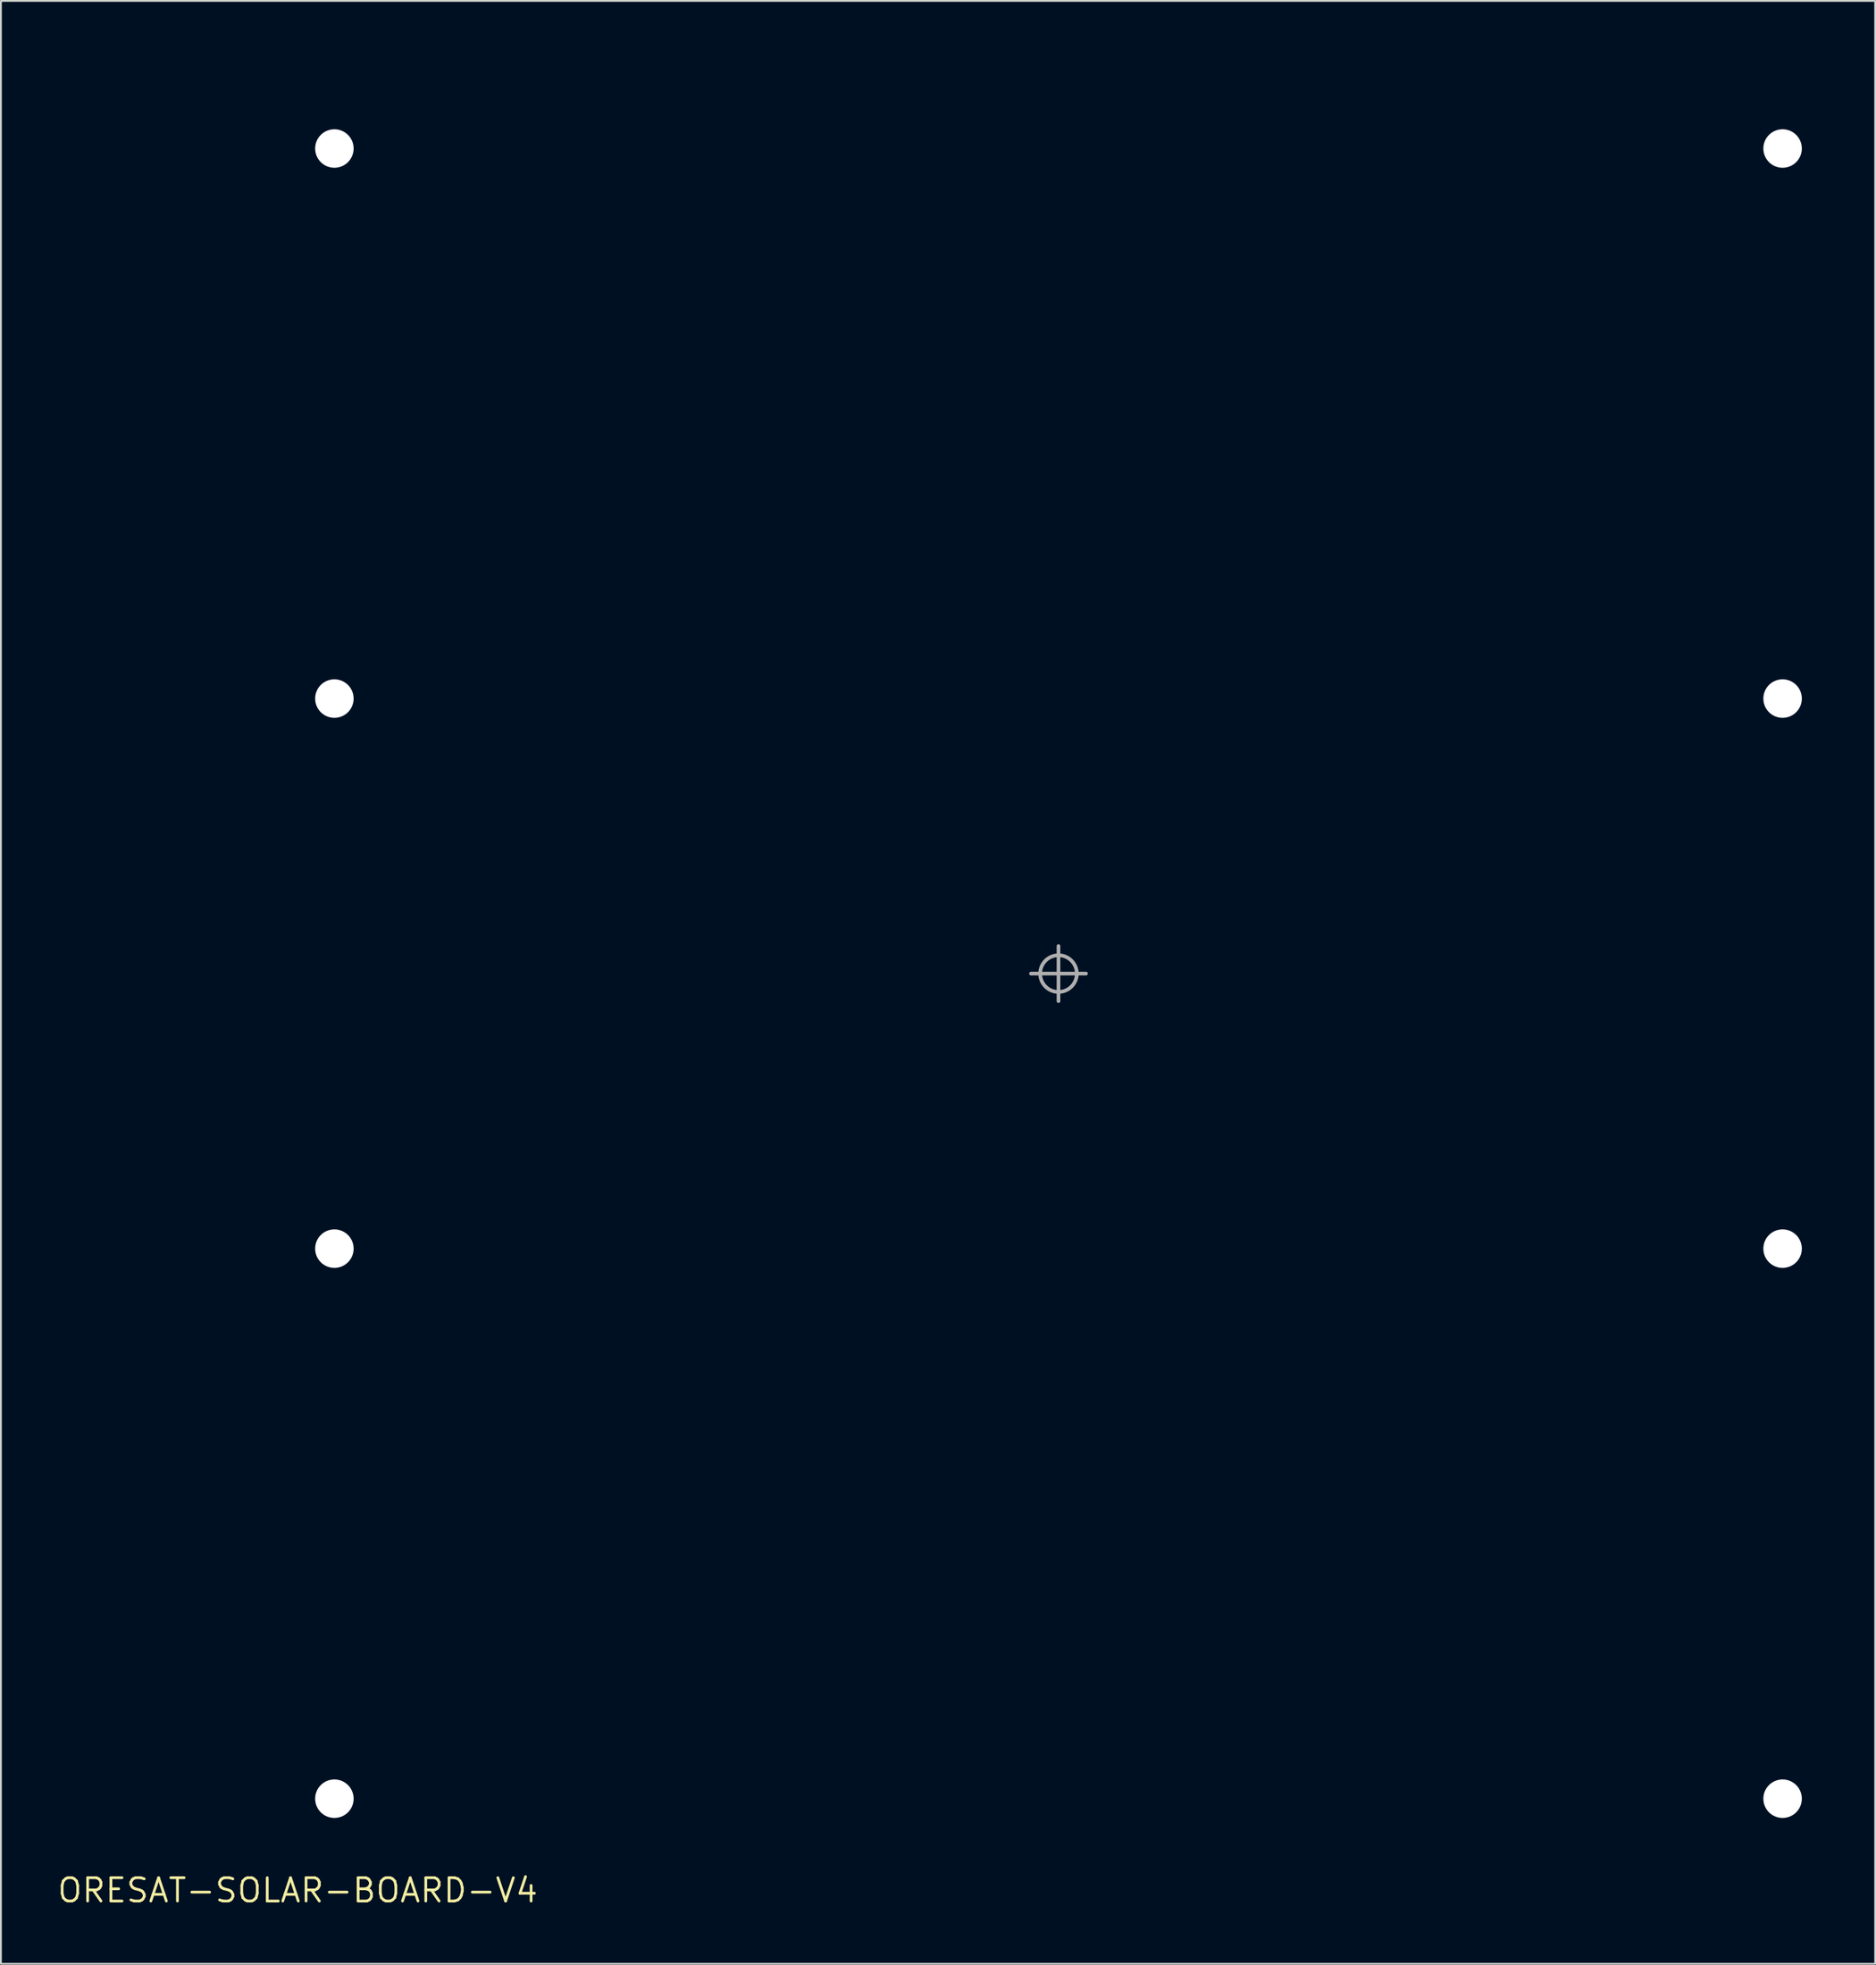
<source format=kicad_pcb>
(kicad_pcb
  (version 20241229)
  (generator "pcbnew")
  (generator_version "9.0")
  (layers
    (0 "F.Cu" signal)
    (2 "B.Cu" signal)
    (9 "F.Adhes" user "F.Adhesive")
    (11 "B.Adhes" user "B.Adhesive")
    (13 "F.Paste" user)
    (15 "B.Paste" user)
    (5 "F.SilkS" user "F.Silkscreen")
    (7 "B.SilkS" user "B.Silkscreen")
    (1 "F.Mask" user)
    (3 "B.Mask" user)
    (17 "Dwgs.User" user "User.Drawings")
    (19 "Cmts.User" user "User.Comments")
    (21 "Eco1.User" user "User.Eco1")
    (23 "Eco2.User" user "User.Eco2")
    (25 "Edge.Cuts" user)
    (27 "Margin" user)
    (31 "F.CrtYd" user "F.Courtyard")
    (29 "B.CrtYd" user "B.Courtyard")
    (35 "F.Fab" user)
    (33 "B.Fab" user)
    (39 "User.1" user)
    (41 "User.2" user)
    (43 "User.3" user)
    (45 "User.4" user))
  (footprint "ORESAT-SOLAR-BOARD-V4"
    (layer "F.Cu")
    (at 13.191 100.05)
    (property "Reference" "ORESAT-SOLAR-BOARD-V4" (at 0 0 0) (layer "F.SilkS") (effects (font (size 1.27 1.27) (thickness 0.15))))
    (fp_rect (start 0 -96) (end 4 -3) (stroke (width 0.1) (type solid)) (fill yes) (layer "F.Mask"))
    (fp_rect (start 79 -96) (end 83 -3) (stroke (width 0.1) (type solid)) (fill yes) (layer "F.Mask"))
    (fp_poly (pts (xy 26.564 -45.937) (xy 23.436 -45.937) (xy 23.436 -54.063) (xy 26.564 -54.063)) (stroke (width 0) (type default)) (fill yes) (layer "F.Mask"))
    (fp_poly (pts (xy 29.564 -67.936) (xy 20.436 -67.936) (xy 20.436 -71.064) (xy 29.564 -71.064)) (stroke (width 0) (type default)) (fill yes) (layer "F.Mask"))
    (fp_poly (pts (xy 29.564 -27.936) (xy 20.436 -27.936) (xy 20.436 -31.064) (xy 29.564 -31.064)) (stroke (width 0) (type default)) (fill yes) (layer "F.Mask"))
    (fp_poly (pts (xy 39.563 -67.936) (xy 33.437 -67.936) (xy 33.437 -71.064) (xy 39.563 -71.064)) (stroke (width 0) (type default)) (fill yes) (layer "F.Mask"))
    (fp_poly (pts (xy 39.563 -27.936) (xy 33.437 -27.936) (xy 33.437 -31.064) (xy 39.563 -31.064)) (stroke (width 0) (type default)) (fill yes) (layer "F.Mask"))
    (fp_poly (pts (xy 49.563 -67.936) (xy 43.437 -67.936) (xy 43.437 -71.064) (xy 49.563 -71.064)) (stroke (width 0) (type default)) (fill yes) (layer "F.Mask"))
    (fp_poly (pts (xy 49.563 -27.936) (xy 43.437 -27.936) (xy 43.437 -31.064) (xy 49.563 -31.064)) (stroke (width 0) (type default)) (fill yes) (layer "F.Mask"))
    (fp_poly (pts (xy 59.563 -45.937) (xy 56.437 -45.937) (xy 56.437 -54.063) (xy 59.563 -54.063)) (stroke (width 0) (type default)) (fill yes) (layer "F.Mask"))
    (fp_poly (pts (xy 62.563 -67.936) (xy 53.437 -67.936) (xy 53.437 -71.064) (xy 62.563 -71.064)) (stroke (width 0) (type default)) (fill yes) (layer "F.Mask"))
    (fp_poly (pts (xy 62.563 -27.936) (xy 53.437 -27.936) (xy 53.437 -31.064) (xy 62.563 -31.064)) (stroke (width 0) (type default)) (fill yes) (layer "F.Mask"))
    (fp_poly (pts (xy 4.002 -5.349) (xy 4 -5.5) (xy 4 -3) (xy 6.5 -3) (xy 6.349 -3.002) (xy 6.049 -3.039) (xy 5.756 -3.111) (xy 5.473 -3.218) (xy 5.205 -3.359) (xy 4.957 -3.53) (xy 4.731 -3.731) (xy 4.53 -3.957) (xy 4.359 -4.205) (xy 4.218 -4.473) (xy 4.111 -4.756) (xy 4.039 -5.049)) (stroke (width 0.1) (type solid)) (fill yes) (layer "F.Mask"))
    (fp_poly (pts (xy 6.349 -95.998) (xy 6.5 -96) (xy 4 -96) (xy 4 -93.5) (xy 4.002 -93.651) (xy 4.039 -93.951) (xy 4.111 -94.244) (xy 4.218 -94.527) (xy 4.359 -94.795) (xy 4.53 -95.043) (xy 4.731 -95.269) (xy 4.957 -95.47) (xy 5.205 -95.641) (xy 5.473 -95.782) (xy 5.756 -95.889) (xy 6.049 -95.961)) (stroke (width 0.1) (type solid)) (fill yes) (layer "F.Mask"))
    (fp_poly (pts (xy 76.651 -3.002) (xy 76.5 -3) (xy 79 -3) (xy 79 -5.5) (xy 78.998 -5.349) (xy 78.961 -5.049) (xy 78.889 -4.756) (xy 78.782 -4.473) (xy 78.641 -4.205) (xy 78.47 -3.957) (xy 78.269 -3.731) (xy 78.043 -3.53) (xy 77.795 -3.359) (xy 77.527 -3.218) (xy 77.244 -3.111) (xy 76.951 -3.039)) (stroke (width 0.1) (type solid)) (fill yes) (layer "F.Mask"))
    (fp_poly (pts (xy 78.998 -93.651) (xy 79 -93.5) (xy 79 -96) (xy 76.5 -96) (xy 76.651 -95.998) (xy 76.951 -95.961) (xy 77.244 -95.889) (xy 77.527 -95.782) (xy 77.795 -95.641) (xy 78.043 -95.47) (xy 78.269 -95.269) (xy 78.47 -95.043) (xy 78.641 -94.795) (xy 78.782 -94.527) (xy 78.889 -94.244) (xy 78.961 -93.951)) (stroke (width 0.1) (type solid)) (fill yes) (layer "F.Mask"))
    (fp_poly (pts (xy 79.064 -73.561) (xy 79.064 -65.441) (xy 78.945 -65.433) (xy 78.853 -66.133) (xy 78.751 -66.432) (xy 78.61 -66.718) (xy 78.433 -66.983) (xy 78.223 -67.223) (xy 77.983 -67.433) (xy 77.718 -67.61) (xy 77.432 -67.751) (xy 77.131 -67.853) (xy 76.818 -67.916) (xy 76.498 -67.936) (xy 65.936 -67.936) (xy 65.936 -71.064) (xy 76.496 -71.064) (xy 77.133 -71.147) (xy 77.432 -71.249) (xy 77.718 -71.39) (xy 77.983 -71.567) (xy 78.223 -71.777) (xy 78.433 -72.017) (xy 78.61 -72.282) (xy 78.751 -72.568) (xy 78.853 -72.869) (xy 78.916 -73.182) (xy 78.941 -73.565)) (stroke (width 0) (type default)) (fill yes) (layer "F.Mask"))
    (fp_poly (pts (xy 79.064 -33.561) (xy 79.064 -25.441) (xy 78.945 -25.433) (xy 78.853 -26.133) (xy 78.751 -26.432) (xy 78.61 -26.718) (xy 78.433 -26.983) (xy 78.223 -27.223) (xy 77.983 -27.433) (xy 77.718 -27.61) (xy 77.432 -27.751) (xy 77.131 -27.853) (xy 76.818 -27.916) (xy 76.498 -27.936) (xy 65.936 -27.936) (xy 65.936 -31.064) (xy 76.496 -31.064) (xy 77.133 -31.147) (xy 77.432 -31.249) (xy 77.718 -31.39) (xy 77.983 -31.567) (xy 78.223 -31.777) (xy 78.433 -32.017) (xy 78.61 -32.282) (xy 78.751 -32.568) (xy 78.853 -32.869) (xy 78.916 -33.182) (xy 78.941 -33.565)) (stroke (width 0) (type default)) (fill yes) (layer "F.Mask"))
    (fp_poly (pts (xy 26.564 -73.502) (xy 26.584 -73.182) (xy 26.647 -72.869) (xy 26.749 -72.568) (xy 26.89 -72.282) (xy 27.067 -72.017) (xy 27.277 -71.777) (xy 27.517 -71.567) (xy 27.782 -71.39) (xy 28.068 -71.249) (xy 28.369 -71.147) (xy 28.682 -71.084) (xy 29.065 -71.059) (xy 29.061 -70.936) (xy 20.941 -70.936) (xy 20.933 -71.055) (xy 21.633 -71.147) (xy 21.932 -71.249) (xy 22.218 -71.39) (xy 22.483 -71.567) (xy 22.723 -71.777) (xy 22.933 -72.017) (xy 23.11 -72.282) (xy 23.251 -72.568) (xy 23.353 -72.869) (xy 23.416 -73.182) (xy 23.436 -73.502) (xy 23.436 -80.064) (xy 26.564 -80.064)) (stroke (width 0) (type default)) (fill yes) (layer "F.Mask"))
    (fp_poly (pts (xy 26.564 -33.502) (xy 26.584 -33.182) (xy 26.647 -32.869) (xy 26.749 -32.568) (xy 26.89 -32.282) (xy 27.067 -32.017) (xy 27.277 -31.777) (xy 27.517 -31.567) (xy 27.782 -31.39) (xy 28.068 -31.249) (xy 28.369 -31.147) (xy 28.682 -31.084) (xy 29.065 -31.059) (xy 29.061 -30.936) (xy 20.941 -30.936) (xy 20.933 -31.055) (xy 21.633 -31.147) (xy 21.932 -31.249) (xy 22.218 -31.39) (xy 22.483 -31.567) (xy 22.723 -31.777) (xy 22.933 -32.017) (xy 23.11 -32.282) (xy 23.251 -32.568) (xy 23.353 -32.869) (xy 23.416 -33.182) (xy 23.436 -33.502) (xy 23.436 -40.063) (xy 26.564 -40.063)) (stroke (width 0) (type default)) (fill yes) (layer "F.Mask"))
    (fp_poly (pts (xy 26.564 -5.502) (xy 26.584 -5.182) (xy 26.647 -4.869) (xy 26.749 -4.568) (xy 26.89 -4.282) (xy 27.067 -4.017) (xy 27.277 -3.777) (xy 27.517 -3.567) (xy 27.782 -3.39) (xy 28.068 -3.249) (xy 28.369 -3.147) (xy 28.682 -3.084) (xy 29.065 -3.059) (xy 29.061 -2.937) (xy 20.941 -2.937) (xy 20.933 -3.055) (xy 21.633 -3.147) (xy 21.932 -3.249) (xy 22.218 -3.39) (xy 22.483 -3.567) (xy 22.723 -3.777) (xy 22.933 -4.017) (xy 23.11 -4.282) (xy 23.251 -4.568) (xy 23.353 -4.869) (xy 23.416 -5.182) (xy 23.436 -5.502) (xy 23.436 -12.063) (xy 26.564 -12.063)) (stroke (width 0) (type default)) (fill yes) (layer "F.Mask"))
    (fp_poly (pts (xy 29.065 -95.941) (xy 28.682 -95.916) (xy 28.369 -95.853) (xy 28.068 -95.751) (xy 27.782 -95.61) (xy 27.517 -95.433) (xy 27.277 -95.223) (xy 27.067 -94.983) (xy 26.89 -94.718) (xy 26.749 -94.432) (xy 26.647 -94.131) (xy 26.584 -93.818) (xy 26.564 -93.498) (xy 26.564 -85.936) (xy 23.436 -85.936) (xy 23.436 -93.496) (xy 23.353 -94.133) (xy 23.251 -94.432) (xy 23.11 -94.718) (xy 22.933 -94.983) (xy 22.723 -95.223) (xy 22.483 -95.433) (xy 22.218 -95.61) (xy 21.932 -95.751) (xy 21.631 -95.853) (xy 21.318 -95.916) (xy 20.935 -95.941) (xy 20.939 -96.064) (xy 29.061 -96.064)) (stroke (width 0) (type default)) (fill yes) (layer "F.Mask"))
    (fp_poly (pts (xy 29.065 -67.941) (xy 28.682 -67.916) (xy 28.369 -67.853) (xy 28.068 -67.751) (xy 27.782 -67.61) (xy 27.517 -67.433) (xy 27.277 -67.223) (xy 27.067 -66.983) (xy 26.89 -66.718) (xy 26.749 -66.432) (xy 26.647 -66.131) (xy 26.584 -65.818) (xy 26.564 -65.498) (xy 26.564 -59.937) (xy 23.436 -59.937) (xy 23.436 -65.496) (xy 23.353 -66.133) (xy 23.251 -66.432) (xy 23.11 -66.718) (xy 22.933 -66.983) (xy 22.723 -67.223) (xy 22.483 -67.433) (xy 22.218 -67.61) (xy 21.932 -67.751) (xy 21.631 -67.853) (xy 21.318 -67.916) (xy 20.935 -67.941) (xy 20.939 -68.064) (xy 29.061 -68.064)) (stroke (width 0) (type default)) (fill yes) (layer "F.Mask"))
    (fp_poly (pts (xy 29.065 -27.941) (xy 28.682 -27.916) (xy 28.369 -27.853) (xy 28.068 -27.751) (xy 27.782 -27.61) (xy 27.517 -27.433) (xy 27.277 -27.223) (xy 27.067 -26.983) (xy 26.89 -26.718) (xy 26.749 -26.432) (xy 26.647 -26.131) (xy 26.584 -25.818) (xy 26.564 -25.498) (xy 26.564 -17.936) (xy 23.436 -17.936) (xy 23.436 -25.496) (xy 23.353 -26.133) (xy 23.251 -26.432) (xy 23.11 -26.718) (xy 22.933 -26.983) (xy 22.723 -27.223) (xy 22.483 -27.433) (xy 22.218 -27.61) (xy 21.932 -27.751) (xy 21.631 -27.853) (xy 21.318 -27.916) (xy 20.935 -27.941) (xy 20.939 -28.064) (xy 29.061 -28.064)) (stroke (width 0) (type default)) (fill yes) (layer "F.Mask"))
    (fp_poly (pts (xy 59.563 -73.502) (xy 59.584 -73.182) (xy 59.647 -72.869) (xy 59.749 -72.568) (xy 59.89 -72.282) (xy 60.067 -72.017) (xy 60.277 -71.777) (xy 60.517 -71.567) (xy 60.782 -71.39) (xy 61.068 -71.249) (xy 61.369 -71.147) (xy 61.682 -71.084) (xy 62.065 -71.059) (xy 62.061 -70.936) (xy 53.941 -70.936) (xy 53.933 -71.055) (xy 54.633 -71.147) (xy 54.932 -71.249) (xy 55.218 -71.39) (xy 55.483 -71.567) (xy 55.723 -71.777) (xy 55.933 -72.017) (xy 56.11 -72.282) (xy 56.251 -72.568) (xy 56.353 -72.869) (xy 56.416 -73.182) (xy 56.437 -73.502) (xy 56.437 -80.064) (xy 59.563 -80.064)) (stroke (width 0) (type default)) (fill yes) (layer "F.Mask"))
    (fp_poly (pts (xy 59.563 -33.502) (xy 59.584 -33.182) (xy 59.647 -32.869) (xy 59.749 -32.568) (xy 59.89 -32.282) (xy 60.067 -32.017) (xy 60.277 -31.777) (xy 60.517 -31.567) (xy 60.782 -31.39) (xy 61.068 -31.249) (xy 61.369 -31.147) (xy 61.682 -31.084) (xy 62.065 -31.059) (xy 62.061 -30.936) (xy 53.941 -30.936) (xy 53.933 -31.055) (xy 54.633 -31.147) (xy 54.932 -31.249) (xy 55.218 -31.39) (xy 55.483 -31.567) (xy 55.723 -31.777) (xy 55.933 -32.017) (xy 56.11 -32.282) (xy 56.251 -32.568) (xy 56.353 -32.869) (xy 56.416 -33.182) (xy 56.437 -33.502) (xy 56.437 -40.063) (xy 59.563 -40.063)) (stroke (width 0) (type default)) (fill yes) (layer "F.Mask"))
    (fp_poly (pts (xy 59.563 -5.502) (xy 59.584 -5.182) (xy 59.647 -4.869) (xy 59.749 -4.568) (xy 59.89 -4.282) (xy 60.067 -4.017) (xy 60.277 -3.777) (xy 60.517 -3.567) (xy 60.782 -3.39) (xy 61.068 -3.249) (xy 61.369 -3.147) (xy 61.682 -3.084) (xy 62.065 -3.059) (xy 62.061 -2.937) (xy 53.941 -2.937) (xy 53.933 -3.055) (xy 54.633 -3.147) (xy 54.932 -3.249) (xy 55.218 -3.39) (xy 55.483 -3.567) (xy 55.723 -3.777) (xy 55.933 -4.017) (xy 56.11 -4.282) (xy 56.251 -4.568) (xy 56.353 -4.869) (xy 56.416 -5.182) (xy 56.437 -5.502) (xy 56.437 -12.063) (xy 59.563 -12.063)) (stroke (width 0) (type default)) (fill yes) (layer "F.Mask"))
    (fp_poly (pts (xy 62.065 -95.941) (xy 61.682 -95.916) (xy 61.369 -95.853) (xy 61.068 -95.751) (xy 60.782 -95.61) (xy 60.517 -95.433) (xy 60.277 -95.223) (xy 60.067 -94.983) (xy 59.89 -94.718) (xy 59.749 -94.432) (xy 59.647 -94.131) (xy 59.584 -93.818) (xy 59.563 -93.498) (xy 59.563 -85.936) (xy 56.437 -85.936) (xy 56.437 -93.496) (xy 56.353 -94.133) (xy 56.251 -94.432) (xy 56.11 -94.718) (xy 55.933 -94.983) (xy 55.723 -95.223) (xy 55.483 -95.433) (xy 55.218 -95.61) (xy 54.932 -95.751) (xy 54.631 -95.853) (xy 54.318 -95.916) (xy 53.935 -95.941) (xy 53.939 -96.064) (xy 62.061 -96.064)) (stroke (width 0) (type default)) (fill yes) (layer "F.Mask"))
    (fp_poly (pts (xy 62.065 -67.941) (xy 61.682 -67.916) (xy 61.369 -67.853) (xy 61.068 -67.751) (xy 60.782 -67.61) (xy 60.517 -67.433) (xy 60.277 -67.223) (xy 60.067 -66.983) (xy 59.89 -66.718) (xy 59.749 -66.432) (xy 59.647 -66.131) (xy 59.584 -65.818) (xy 59.563 -65.498) (xy 59.563 -59.937) (xy 56.437 -59.937) (xy 56.437 -65.496) (xy 56.353 -66.133) (xy 56.251 -66.432) (xy 56.11 -66.718) (xy 55.933 -66.983) (xy 55.723 -67.223) (xy 55.483 -67.433) (xy 55.218 -67.61) (xy 54.932 -67.751) (xy 54.631 -67.853) (xy 54.318 -67.916) (xy 53.935 -67.941) (xy 53.939 -68.064) (xy 62.061 -68.064)) (stroke (width 0) (type default)) (fill yes) (layer "F.Mask"))
    (fp_poly (pts (xy 62.065 -27.941) (xy 61.682 -27.916) (xy 61.369 -27.853) (xy 61.068 -27.751) (xy 60.782 -27.61) (xy 60.517 -27.433) (xy 60.277 -27.223) (xy 60.067 -26.983) (xy 59.89 -26.718) (xy 59.749 -26.432) (xy 59.647 -26.131) (xy 59.584 -25.818) (xy 59.563 -25.498) (xy 59.563 -17.936) (xy 56.437 -17.936) (xy 56.437 -25.496) (xy 56.353 -26.133) (xy 56.251 -26.432) (xy 56.11 -26.718) (xy 55.933 -26.983) (xy 55.723 -27.223) (xy 55.483 -27.433) (xy 55.218 -27.61) (xy 54.932 -27.751) (xy 54.631 -27.853) (xy 54.318 -27.916) (xy 53.935 -27.941) (xy 53.939 -28.064) (xy 62.061 -28.064)) (stroke (width 0) (type default)) (fill yes) (layer "F.Mask"))
    (fp_poly (pts (xy 4.084 -33.182) (xy 4.147 -32.869) (xy 4.249 -32.568) (xy 4.39 -32.282) (xy 4.567 -32.017) (xy 4.777 -31.777) (xy 5.017 -31.567) (xy 5.282 -31.39) (xy 5.568 -31.249) (xy 5.869 -31.147) (xy 6.182 -31.084) (xy 6.502 -31.064) (xy 16.064 -31.064) (xy 16.064 -27.936) (xy 6.502 -27.936) (xy 6.182 -27.916) (xy 5.869 -27.853) (xy 5.568 -27.751) (xy 5.282 -27.61) (xy 5.017 -27.433) (xy 4.777 -27.223) (xy 4.567 -26.983) (xy 4.39 -26.718) (xy 4.249 -26.432) (xy 4.147 -26.131) (xy 4.084 -25.818) (xy 4.059 -25.435) (xy 3.937 -25.439) (xy 3.937 -33.561) (xy 4.059 -33.565)) (stroke (width 0) (type default)) (fill yes) (layer "F.Mask"))
    (fp_poly (pts (xy 4.102 -72.907) (xy 4.179 -72.617) (xy 4.293 -72.34) (xy 4.443 -72.08) (xy 4.625 -71.842) (xy 4.836 -71.63) (xy 5.074 -71.447) (xy 5.333 -71.297) (xy 5.61 -71.182) (xy 5.899 -71.104) (xy 6.196 -71.064) (xy 6.5 -71.064) (xy 16.064 -71.064) (xy 16.064 -67.936) (xy 6.502 -67.936) (xy 6.182 -67.916) (xy 5.869 -67.853) (xy 5.568 -67.751) (xy 5.282 -67.61) (xy 5.017 -67.433) (xy 4.777 -67.223) (xy 4.567 -66.983) (xy 4.39 -66.718) (xy 4.249 -66.432) (xy 4.147 -66.131) (xy 4.084 -65.818) (xy 4.059 -65.435) (xy 3.937 -65.439) (xy 3.937 -73.26) (xy 4.055 -73.267)) (stroke (width 0) (type default)) (fill yes) (layer "F.Mask"))
    (fp_poly (pts (xy 0 -2.5) (xy 0.002 -2.349) (xy 0.039 -2.049) (xy 0.111 -1.756) (xy 0.218 -1.473) (xy 0.359 -1.205) (xy 0.53 -0.957) (xy 0.731 -0.731) (xy 0.957 -0.53) (xy 1.205 -0.359) (xy 1.473 -0.218) (xy 1.756 -0.111) (xy 2.049 -0.039) (xy 2.349 -0.002) (xy 2.5 0) (xy 80.5 0) (xy 80.651 -0.002) (xy 80.951 -0.039) (xy 81.244 -0.111) (xy 81.527 -0.218) (xy 81.795 -0.359) (xy 82.043 -0.53) (xy 82.269 -0.731) (xy 82.47 -0.957) (xy 82.641 -1.205) (xy 82.782 -1.473) (xy 82.889 -1.756) (xy 82.961 -2.049) (xy 82.998 -2.349) (xy 83 -2.5) (xy 83 -3) (xy 0 -3)) (stroke (width 0.1) (type solid)) (fill yes) (layer "F.Mask"))
    (fp_poly (pts (arc (start 83 -97.5) (mid 82.267767 -99.267767) (end 80.5 -100)) (arc (start 2.5 -100) (mid 0.732233 -99.267767) (end 0 -97.5)) (xy 0 -96) (xy 83 -96)) (stroke (width 0.1) (type solid)) (fill yes) (layer "F.Mask"))
    (fp_circle (center 2 -95) (end 3 -95) (stroke (width 2) (type solid)) (fill yes) (layer "B.Mask"))
    (fp_circle (center 2 -65) (end 3 -65) (stroke (width 2) (type solid)) (fill yes) (layer "B.Mask"))
    (fp_circle (center 2 -35) (end 3 -35) (stroke (width 2) (type solid)) (fill yes) (layer "B.Mask"))
    (fp_circle (center 2 -5) (end 3 -5) (stroke (width 2) (type solid)) (fill yes) (layer "B.Mask"))
    (fp_circle (center 81 -95) (end 82 -95) (stroke (width 2) (type solid)) (fill yes) (layer "B.Mask"))
    (fp_circle (center 81 -65) (end 82 -65) (stroke (width 2) (type solid)) (fill yes) (layer "B.Mask"))
    (fp_circle (center 81 -35) (end 82 -35) (stroke (width 2) (type solid)) (fill yes) (layer "B.Mask"))
    (fp_circle (center 81 -5) (end 82 -5) (stroke (width 2) (type solid)) (fill yes) (layer "B.Mask"))
    (fp_line (start 0 -2.5) (end 0 -97.5) (stroke (width 0.001) (type solid)) (layer "Dwgs.User"))
    (fp_line (start 2.5 -100) (end 80.5 -100) (stroke (width 0.001) (type solid)) (layer "Dwgs.User"))
    (fp_line (start 4 -73.5) (end 4 -93.5) (stroke (width 0.001) (type solid)) (layer "Dwgs.User"))
    (fp_line (start 4 -56) (end 4 -65.5) (stroke (width 0.001) (type solid)) (layer "Dwgs.User"))
    (fp_line (start 4 -44) (end 4 -56) (stroke (width 0.001) (type solid)) (layer "Dwgs.User"))
    (fp_line (start 4 -33.5) (end 4 -44) (stroke (width 0.001) (type solid)) (layer "Dwgs.User"))
    (fp_line (start 4 -5.5) (end 4 -25.5) (stroke (width 0.001) (type solid)) (layer "Dwgs.User"))
    (fp_line (start 6 -58) (end 12 -58) (stroke (width 0.001) (type solid)) (layer "Dwgs.User"))
    (fp_line (start 6.5 -96) (end 21 -96) (stroke (width 0.001) (type solid)) (layer "Dwgs.User"))
    (fp_line (start 6.5 -68) (end 21 -68) (stroke (width 0.001) (type solid)) (layer "Dwgs.User"))
    (fp_line (start 6.5 -28) (end 21 -28) (stroke (width 0.001) (type solid)) (layer "Dwgs.User"))
    (fp_line (start 12 -42) (end 6 -42) (stroke (width 0.001) (type solid)) (layer "Dwgs.User"))
    (fp_line (start 14 -56) (end 14 -44) (stroke (width 0.001) (type solid)) (layer "Dwgs.User"))
    (fp_line (start 21 -71) (end 6.5 -71) (stroke (width 0.001) (type solid)) (layer "Dwgs.User"))
    (fp_line (start 21 -31) (end 6.5 -31) (stroke (width 0.001) (type solid)) (layer "Dwgs.User"))
    (fp_line (start 21 -3) (end 6.5 -3) (stroke (width 0.001) (type solid)) (layer "Dwgs.User"))
    (fp_line (start 23.5 -93.5) (end 23.5 -73.5) (stroke (width 0.001) (type solid)) (layer "Dwgs.User"))
    (fp_line (start 23.5 -65.5) (end 23.5 -33.5) (stroke (width 0.001) (type solid)) (layer "Dwgs.User"))
    (fp_line (start 23.5 -25.5) (end 23.5 -5.5) (stroke (width 0.001) (type solid)) (layer "Dwgs.User"))
    (fp_line (start 26.5 -73.5) (end 26.5 -93.5) (stroke (width 0.001) (type solid)) (layer "Dwgs.User"))
    (fp_line (start 26.5 -33.5) (end 26.5 -65.5) (stroke (width 0.001) (type solid)) (layer "Dwgs.User"))
    (fp_line (start 26.5 -5.5) (end 26.5 -25.5) (stroke (width 0.001) (type solid)) (layer "Dwgs.User"))
    (fp_line (start 29 -96) (end 54 -96) (stroke (width 0.001) (type solid)) (layer "Dwgs.User"))
    (fp_line (start 29 -68) (end 54 -68) (stroke (width 0.001) (type solid)) (layer "Dwgs.User"))
    (fp_line (start 29 -28) (end 54 -28) (stroke (width 0.001) (type solid)) (layer "Dwgs.User"))
    (fp_line (start 34 -92.5) (end 34 -91.5) (stroke (width 0.001) (type solid)) (layer "Dwgs.User"))
    (fp_line (start 34.5 -90) (end 48.5 -90) (stroke (width 0.001) (type solid)) (layer "Dwgs.User"))
    (fp_line (start 36.5 -95) (end 46.5 -95) (stroke (width 0.001) (type solid)) (layer "Dwgs.User"))
    (fp_line (start 36.5 -89) (end 46.5 -89) (stroke (width 0.001) (type solid)) (layer "Dwgs.User"))
    (fp_line (start 49 -91.5) (end 49 -92.5) (stroke (width 0.001) (type solid)) (layer "Dwgs.User"))
    (fp_line (start 54 -71) (end 29 -71) (stroke (width 0.001) (type solid)) (layer "Dwgs.User"))
    (fp_line (start 54 -31) (end 29 -31) (stroke (width 0.001) (type solid)) (layer "Dwgs.User"))
    (fp_line (start 54 -3) (end 29 -3) (stroke (width 0.001) (type solid)) (layer "Dwgs.User"))
    (fp_line (start 56.5 -93.5) (end 56.5 -73.5) (stroke (width 0.001) (type solid)) (layer "Dwgs.User"))
    (fp_line (start 56.5 -65.5) (end 56.5 -33.5) (stroke (width 0.001) (type solid)) (layer "Dwgs.User"))
    (fp_line (start 56.5 -25.5) (end 56.5 -5.5) (stroke (width 0.001) (type solid)) (layer "Dwgs.User"))
    (fp_line (start 59.5 -73.5) (end 59.5 -93.5) (stroke (width 0.001) (type solid)) (layer "Dwgs.User"))
    (fp_line (start 59.5 -33.5) (end 59.5 -65.5) (stroke (width 0.001) (type solid)) (layer "Dwgs.User"))
    (fp_line (start 59.5 -5.5) (end 59.5 -25.5) (stroke (width 0.001) (type solid)) (layer "Dwgs.User"))
    (fp_line (start 62 -96) (end 76.5 -96) (stroke (width 0.001) (type solid)) (layer "Dwgs.User"))
    (fp_line (start 62 -68) (end 76.5 -68) (stroke (width 0.001) (type solid)) (layer "Dwgs.User"))
    (fp_line (start 62 -28) (end 76.5 -28) (stroke (width 0.001) (type solid)) (layer "Dwgs.User"))
    (fp_line (start 69 -44) (end 69 -56) (stroke (width 0.001) (type solid)) (layer "Dwgs.User"))
    (fp_line (start 71 -58) (end 77 -58) (stroke (width 0.001) (type solid)) (layer "Dwgs.User"))
    (fp_line (start 76.5 -71) (end 62 -71) (stroke (width 0.001) (type solid)) (layer "Dwgs.User"))
    (fp_line (start 76.5 -31) (end 62 -31) (stroke (width 0.001) (type solid)) (layer "Dwgs.User"))
    (fp_line (start 76.5 -3) (end 62 -3) (stroke (width 0.001) (type solid)) (layer "Dwgs.User"))
    (fp_line (start 77 -42) (end 71 -42) (stroke (width 0.001) (type solid)) (layer "Dwgs.User"))
    (fp_line (start 79 -93.5) (end 79 -73.5) (stroke (width 0.001) (type solid)) (layer "Dwgs.User"))
    (fp_line (start 79 -65.5) (end 79 -56) (stroke (width 0.001) (type solid)) (layer "Dwgs.User"))
    (fp_line (start 79 -56) (end 79 -44) (stroke (width 0.001) (type solid)) (layer "Dwgs.User"))
    (fp_line (start 79 -44) (end 79 -33.5) (stroke (width 0.001) (type solid)) (layer "Dwgs.User"))
    (fp_line (start 79 -25.5) (end 79 -5.5) (stroke (width 0.001) (type solid)) (layer "Dwgs.User"))
    (fp_line (start 80.5 0) (end 2.5 0) (stroke (width 0.001) (type solid)) (layer "Dwgs.User"))
    (fp_line (start 83 -97.5) (end 83 -2.5) (stroke (width 0.001) (type solid)) (layer "Dwgs.User"))
    (fp_arc (start 0 -97.5) (mid 0.732233 -99.267767) (end 2.5 -100) (stroke (width 0.001) (type default)) (layer "Dwgs.User"))
    (fp_arc (start 2.5 0) (mid 0.732233 -0.732233) (end 0 -2.5) (stroke (width 0.001) (type default)) (layer "Dwgs.User"))
    (fp_arc (start 4 -93.5) (mid 4.732233 -95.267767) (end 6.5 -96) (stroke (width 0.001) (type solid)) (layer "Dwgs.User"))
    (fp_arc (start 4 -65.5) (mid 4.732233 -67.267767) (end 6.5 -68) (stroke (width 0.001) (type solid)) (layer "Dwgs.User"))
    (fp_arc (start 4 -56) (mid 4.585786 -57.414214) (end 6 -58) (stroke (width 0.001) (type solid)) (layer "Dwgs.User"))
    (fp_arc (start 4 -25.5) (mid 4.732233 -27.267767) (end 6.5 -28) (stroke (width 0.001) (type solid)) (layer "Dwgs.User"))
    (fp_arc (start 6 -42) (mid 4.585786 -42.585786) (end 4 -44) (stroke (width 0.001) (type solid)) (layer "Dwgs.User"))
    (fp_arc (start 6.5 -71) (mid 4.732233 -71.732233) (end 4 -73.5) (stroke (width 0.001) (type solid)) (layer "Dwgs.User"))
    (fp_arc (start 6.5 -31) (mid 4.732233 -31.732233) (end 4 -33.5) (stroke (width 0.001) (type solid)) (layer "Dwgs.User"))
    (fp_arc (start 6.5 -3) (mid 4.732233 -3.732233) (end 4 -5.5) (stroke (width 0.001) (type solid)) (layer "Dwgs.User"))
    (fp_arc (start 12 -58) (mid 13.414214 -57.414214) (end 14 -56) (stroke (width 0.001) (type solid)) (layer "Dwgs.User"))
    (fp_arc (start 14 -44) (mid 13.414214 -42.585786) (end 12 -42) (stroke (width 0.001) (type solid)) (layer "Dwgs.User"))
    (fp_arc (start 21 -96) (mid 22.767767 -95.267767) (end 23.5 -93.5) (stroke (width 0.001) (type solid)) (layer "Dwgs.User"))
    (fp_arc (start 21 -68) (mid 22.767767 -67.267767) (end 23.5 -65.5) (stroke (width 0.001) (type solid)) (layer "Dwgs.User"))
    (fp_arc (start 21 -28) (mid 22.767767 -27.267767) (end 23.5 -25.5) (stroke (width 0.001) (type solid)) (layer "Dwgs.User"))
    (fp_arc (start 23.5 -73.5) (mid 22.767767 -71.732233) (end 21 -71) (stroke (width 0.001) (type solid)) (layer "Dwgs.User"))
    (fp_arc (start 23.5 -33.5) (mid 22.767767 -31.732233) (end 21 -31) (stroke (width 0.001) (type solid)) (layer "Dwgs.User"))
    (fp_arc (start 23.5 -5.5) (mid 22.767767 -3.732233) (end 21 -3) (stroke (width 0.001) (type solid)) (layer "Dwgs.User"))
    (fp_arc (start 26.5 -93.5) (mid 27.232233 -95.267767) (end 29 -96) (stroke (width 0.001) (type solid)) (layer "Dwgs.User"))
    (fp_arc (start 26.5 -65.5) (mid 27.232233 -67.267767) (end 29 -68) (stroke (width 0.001) (type solid)) (layer "Dwgs.User"))
    (fp_arc (start 26.5 -25.5) (mid 27.232233 -27.267767) (end 29 -28) (stroke (width 0.001) (type solid)) (layer "Dwgs.User"))
    (fp_arc (start 29 -71) (mid 27.232233 -71.732233) (end 26.5 -73.5) (stroke (width 0.001) (type solid)) (layer "Dwgs.User"))
    (fp_arc (start 29 -31) (mid 27.232233 -31.732233) (end 26.5 -33.5) (stroke (width 0.001) (type solid)) (layer "Dwgs.User"))
    (fp_arc (start 29 -3) (mid 27.232233 -3.732233) (end 26.5 -5.5) (stroke (width 0.001) (type solid)) (layer "Dwgs.User"))
    (fp_arc (start 34 -92.5) (mid 34.732233 -94.267767) (end 36.5 -95) (stroke (width 0.001) (type solid)) (layer "Dwgs.User"))
    (fp_arc (start 34.499999 -90) (mid 34.128291 -90.709431) (end 34 -91.5) (stroke (width 0.001) (type solid)) (layer "Dwgs.User"))
    (fp_arc (start 34.499999 -90) (mid 34.128291 -90.709431) (end 34 -91.5) (stroke (width 0.001) (type solid)) (layer "Dwgs.User"))
    (fp_arc (start 36.5 -89) (mid 35.381966 -89.263932) (end 34.5 -90) (stroke (width 0.001) (type solid)) (layer "Dwgs.User"))
    (fp_arc (start 46.5 -95) (mid 48.267767 -94.267767) (end 49 -92.5) (stroke (width 0.001) (type solid)) (layer "Dwgs.User"))
    (fp_arc (start 48.5 -90.000001) (mid 47.618034 -89.263932) (end 46.5 -89) (stroke (width 0.001) (type solid)) (layer "Dwgs.User"))
    (fp_arc (start 48.999999 -91.5) (mid 48.871708 -90.709431) (end 48.5 -90) (stroke (width 0.001) (type solid)) (layer "Dwgs.User"))
    (fp_arc (start 54 -96) (mid 55.767767 -95.267767) (end 56.5 -93.5) (stroke (width 0.001) (type solid)) (layer "Dwgs.User"))
    (fp_arc (start 54 -68) (mid 55.767767 -67.267767) (end 56.5 -65.5) (stroke (width 0.001) (type solid)) (layer "Dwgs.User"))
    (fp_arc (start 54 -28) (mid 55.767767 -27.267767) (end 56.5 -25.5) (stroke (width 0.001) (type solid)) (layer "Dwgs.User"))
    (fp_arc (start 56.5 -73.5) (mid 55.767767 -71.732233) (end 54 -71) (stroke (width 0.001) (type solid)) (layer "Dwgs.User"))
    (fp_arc (start 56.5 -33.5) (mid 55.767767 -31.732233) (end 54 -31) (stroke (width 0.001) (type solid)) (layer "Dwgs.User"))
    (fp_arc (start 56.5 -5.5) (mid 55.767767 -3.732233) (end 54 -3) (stroke (width 0.001) (type solid)) (layer "Dwgs.User"))
    (fp_arc (start 59.5 -93.5) (mid 60.232233 -95.267767) (end 62 -96) (stroke (width 0.001) (type solid)) (layer "Dwgs.User"))
    (fp_arc (start 59.5 -65.5) (mid 60.232233 -67.267767) (end 62 -68) (stroke (width 0.001) (type solid)) (layer "Dwgs.User"))
    (fp_arc (start 59.5 -25.5) (mid 60.232233 -27.267767) (end 62 -28) (stroke (width 0.001) (type solid)) (layer "Dwgs.User"))
    (fp_arc (start 62 -71) (mid 60.232233 -71.732233) (end 59.5 -73.5) (stroke (width 0.001) (type solid)) (layer "Dwgs.User"))
    (fp_arc (start 62 -31) (mid 60.232233 -31.732233) (end 59.5 -33.5) (stroke (width 0.001) (type solid)) (layer "Dwgs.User"))
    (fp_arc (start 62 -3) (mid 60.232233 -3.732233) (end 59.5 -5.5) (stroke (width 0.001) (type solid)) (layer "Dwgs.User"))
    (fp_arc (start 69 -56) (mid 69.585786 -57.414214) (end 71 -58) (stroke (width 0.001) (type solid)) (layer "Dwgs.User"))
    (fp_arc (start 71 -42) (mid 69.585786 -42.585786) (end 69 -44) (stroke (width 0.001) (type solid)) (layer "Dwgs.User"))
    (fp_arc (start 76.5 -96) (mid 78.267767 -95.267767) (end 79 -93.5) (stroke (width 0.001) (type solid)) (layer "Dwgs.User"))
    (fp_arc (start 76.5 -68) (mid 78.267767 -67.267767) (end 79 -65.5) (stroke (width 0.001) (type solid)) (layer "Dwgs.User"))
    (fp_arc (start 76.5 -28) (mid 78.267767 -27.267767) (end 79 -25.5) (stroke (width 0.001) (type solid)) (layer "Dwgs.User"))
    (fp_arc (start 77 -58) (mid 78.414214 -57.414214) (end 79 -56) (stroke (width 0.001) (type solid)) (layer "Dwgs.User"))
    (fp_arc (start 79 -73.5) (mid 78.267767 -71.732233) (end 76.5 -71) (stroke (width 0.001) (type solid)) (layer "Dwgs.User"))
    (fp_arc (start 79 -44) (mid 78.414214 -42.585786) (end 77 -42) (stroke (width 0.001) (type solid)) (layer "Dwgs.User"))
    (fp_arc (start 79 -33.5) (mid 78.267767 -31.732233) (end 76.5 -31) (stroke (width 0.001) (type solid)) (layer "Dwgs.User"))
    (fp_arc (start 79 -5.5) (mid 78.267767 -3.732233) (end 76.5 -3) (stroke (width 0.001) (type solid)) (layer "Dwgs.User"))
    (fp_arc (start 80.5 -100) (mid 82.267767 -99.267767) (end 83 -97.5) (stroke (width 0.001) (type default)) (layer "Dwgs.User"))
    (fp_arc (start 83 -2.5) (mid 82.267767 -0.732233) (end 80.5 0) (stroke (width 0.001) (type default)) (layer "Dwgs.User"))
    (fp_circle (center 2 -95) (end 2.8 -95) (stroke (width 0.001) (type solid)) (fill no) (layer "Dwgs.User"))
    (fp_circle (center 2 -95) (end 3.05 -95) (stroke (width 0.001) (type solid)) (fill no) (layer "Dwgs.User"))
    (fp_circle (center 2 -65) (end 2.8 -65) (stroke (width 0.001) (type solid)) (fill no) (layer "Dwgs.User"))
    (fp_circle (center 2 -65) (end 3.05 -65) (stroke (width 0.001) (type solid)) (fill no) (layer "Dwgs.User"))
    (fp_circle (center 2 -35) (end 2.8 -35) (stroke (width 0.001) (type solid)) (fill no) (layer "Dwgs.User"))
    (fp_circle (center 2 -35) (end 3.05 -35) (stroke (width 0.001) (type solid)) (fill no) (layer "Dwgs.User"))
    (fp_circle (center 2 -5) (end 2.8 -5) (stroke (width 0.001) (type solid)) (fill no) (layer "Dwgs.User"))
    (fp_circle (center 2 -5) (end 3.05 -5) (stroke (width 0.001) (type solid)) (fill no) (layer "Dwgs.User"))
    (fp_circle (center 11.487 -94.468) (end 12.687 -94.468) (stroke (width 0.001) (type solid)) (fill no) (layer "Dwgs.User"))
    (fp_circle (center 11.487 -93.468) (end 12.687 -93.468) (stroke (width 0.001) (type solid)) (fill no) (layer "Dwgs.User"))
    (fp_circle (center 14.413 -54.868) (end 15.613 -54.868) (stroke (width 0.001) (type solid)) (fill no) (layer "Dwgs.User"))
    (fp_circle (center 14.413 -53.868) (end 15.613 -53.868) (stroke (width 0.001) (type solid)) (fill no) (layer "Dwgs.User"))
    (fp_circle (center 14.413 -44.868) (end 15.613 -44.868) (stroke (width 0.001) (type solid)) (fill no) (layer "Dwgs.User"))
    (fp_circle (center 14.413 -43.868) (end 15.613 -43.868) (stroke (width 0.001) (type solid)) (fill no) (layer "Dwgs.User"))
    (fp_circle (center 18.237 -84.868) (end 19.437 -84.868) (stroke (width 0.001) (type solid)) (fill no) (layer "Dwgs.User"))
    (fp_circle (center 18.237 -83.868) (end 19.437 -83.868) (stroke (width 0.001) (type solid)) (fill no) (layer "Dwgs.User"))
    (fp_circle (center 18.237 -74.868) (end 19.437 -74.868) (stroke (width 0.001) (type solid)) (fill no) (layer "Dwgs.User"))
    (fp_circle (center 18.237 -73.868) (end 19.437 -73.868) (stroke (width 0.001) (type solid)) (fill no) (layer "Dwgs.User"))
    (fp_circle (center 18.237 -64.868) (end 19.437 -64.868) (stroke (width 0.001) (type solid)) (fill no) (layer "Dwgs.User"))
    (fp_circle (center 18.237 -63.868) (end 19.437 -63.868) (stroke (width 0.001) (type solid)) (fill no) (layer "Dwgs.User"))
    (fp_circle (center 18.237 -54.868) (end 19.437 -54.868) (stroke (width 0.001) (type solid)) (fill no) (layer "Dwgs.User"))
    (fp_circle (center 18.237 -53.868) (end 19.437 -53.868) (stroke (width 0.001) (type solid)) (fill no) (layer "Dwgs.User"))
    (fp_circle (center 18.237 -44.868) (end 19.437 -44.868) (stroke (width 0.001) (type solid)) (fill no) (layer "Dwgs.User"))
    (fp_circle (center 18.237 -43.868) (end 19.437 -43.868) (stroke (width 0.001) (type solid)) (fill no) (layer "Dwgs.User"))
    (fp_circle (center 18.237 -34.868) (end 19.437 -34.868) (stroke (width 0.001) (type solid)) (fill no) (layer "Dwgs.User"))
    (fp_circle (center 18.237 -33.868) (end 19.437 -33.868) (stroke (width 0.001) (type solid)) (fill no) (layer "Dwgs.User"))
    (fp_circle (center 18.237 -24.868) (end 19.437 -24.868) (stroke (width 0.001) (type solid)) (fill no) (layer "Dwgs.User"))
    (fp_circle (center 18.237 -23.868) (end 19.437 -23.868) (stroke (width 0.001) (type solid)) (fill no) (layer "Dwgs.User"))
    (fp_circle (center 18.237 -14.868) (end 19.437 -14.868) (stroke (width 0.001) (type solid)) (fill no) (layer "Dwgs.User"))
    (fp_circle (center 18.237 -13.868) (end 19.437 -13.868) (stroke (width 0.001) (type solid)) (fill no) (layer "Dwgs.User"))
    (fp_circle (center 21.387 -54.868) (end 22.587 -54.868) (stroke (width 0.001) (type solid)) (fill no) (layer "Dwgs.User"))
    (fp_circle (center 21.387 -53.868) (end 22.587 -53.868) (stroke (width 0.001) (type solid)) (fill no) (layer "Dwgs.User"))
    (fp_circle (center 21.387 -44.868) (end 22.587 -44.868) (stroke (width 0.001) (type solid)) (fill no) (layer "Dwgs.User"))
    (fp_circle (center 21.387 -43.868) (end 22.587 -43.868) (stroke (width 0.001) (type solid)) (fill no) (layer "Dwgs.User"))
    (fp_circle (center 28.487 -94.468) (end 29.687 -94.468) (stroke (width 0.001) (type solid)) (fill no) (layer "Dwgs.User"))
    (fp_circle (center 28.487 -93.468) (end 29.687 -93.468) (stroke (width 0.001) (type solid)) (fill no) (layer "Dwgs.User"))
    (fp_circle (center 31.413 -54.868) (end 32.613 -54.868) (stroke (width 0.001) (type solid)) (fill no) (layer "Dwgs.User"))
    (fp_circle (center 31.413 -53.868) (end 32.613 -53.868) (stroke (width 0.001) (type solid)) (fill no) (layer "Dwgs.User"))
    (fp_circle (center 31.413 -44.868) (end 32.613 -44.868) (stroke (width 0.001) (type solid)) (fill no) (layer "Dwgs.User"))
    (fp_circle (center 31.413 -43.868) (end 32.613 -43.868) (stroke (width 0.001) (type solid)) (fill no) (layer "Dwgs.User"))
    (fp_circle (center 36.115 -92.1) (end 36.915 -92.1) (stroke (width 0.001) (type solid)) (fill no) (layer "Dwgs.User"))
    (fp_circle (center 38.387 -54.868) (end 39.587 -54.868) (stroke (width 0.001) (type solid)) (fill no) (layer "Dwgs.User"))
    (fp_circle (center 38.387 -53.868) (end 39.587 -53.868) (stroke (width 0.001) (type solid)) (fill no) (layer "Dwgs.User"))
    (fp_circle (center 38.387 -44.868) (end 39.587 -44.868) (stroke (width 0.001) (type solid)) (fill no) (layer "Dwgs.User"))
    (fp_circle (center 38.387 -43.868) (end 39.587 -43.868) (stroke (width 0.001) (type solid)) (fill no) (layer "Dwgs.User"))
    (fp_circle (center 44.613 -54.868) (end 45.813 -54.868) (stroke (width 0.001) (type solid)) (fill no) (layer "Dwgs.User"))
    (fp_circle (center 44.613 -53.868) (end 45.813 -53.868) (stroke (width 0.001) (type solid)) (fill no) (layer "Dwgs.User"))
    (fp_circle (center 44.613 -44.868) (end 45.813 -44.868) (stroke (width 0.001) (type solid)) (fill no) (layer "Dwgs.User"))
    (fp_circle (center 44.613 -43.868) (end 45.813 -43.868) (stroke (width 0.001) (type solid)) (fill no) (layer "Dwgs.User"))
    (fp_circle (center 46.885 -92.1) (end 47.685 -92.1) (stroke (width 0.001) (type solid)) (fill no) (layer "Dwgs.User"))
    (fp_circle (center 51.587 -54.868) (end 52.787 -54.868) (stroke (width 0.001) (type solid)) (fill no) (layer "Dwgs.User"))
    (fp_circle (center 51.587 -53.868) (end 52.787 -53.868) (stroke (width 0.001) (type solid)) (fill no) (layer "Dwgs.User"))
    (fp_circle (center 51.587 -44.868) (end 52.787 -44.868) (stroke (width 0.001) (type solid)) (fill no) (layer "Dwgs.User"))
    (fp_circle (center 51.587 -43.868) (end 52.787 -43.868) (stroke (width 0.001) (type solid)) (fill no) (layer "Dwgs.User"))
    (fp_circle (center 54.513 -94.468) (end 55.713 -94.468) (stroke (width 0.001) (type solid)) (fill no) (layer "Dwgs.User"))
    (fp_circle (center 54.513 -93.468) (end 55.713 -93.468) (stroke (width 0.001) (type solid)) (fill no) (layer "Dwgs.User"))
    (fp_circle (center 61.613 -54.868) (end 62.813 -54.868) (stroke (width 0.001) (type solid)) (fill no) (layer "Dwgs.User"))
    (fp_circle (center 61.613 -53.868) (end 62.813 -53.868) (stroke (width 0.001) (type solid)) (fill no) (layer "Dwgs.User"))
    (fp_circle (center 61.613 -44.868) (end 62.813 -44.868) (stroke (width 0.001) (type solid)) (fill no) (layer "Dwgs.User"))
    (fp_circle (center 61.613 -43.868) (end 62.813 -43.868) (stroke (width 0.001) (type solid)) (fill no) (layer "Dwgs.User"))
    (fp_circle (center 64.763 -84.868) (end 65.963 -84.868) (stroke (width 0.001) (type solid)) (fill no) (layer "Dwgs.User"))
    (fp_circle (center 64.763 -83.868) (end 65.963 -83.868) (stroke (width 0.001) (type solid)) (fill no) (layer "Dwgs.User"))
    (fp_circle (center 64.763 -74.868) (end 65.963 -74.868) (stroke (width 0.001) (type solid)) (fill no) (layer "Dwgs.User"))
    (fp_circle (center 64.763 -73.868) (end 65.963 -73.868) (stroke (width 0.001) (type solid)) (fill no) (layer "Dwgs.User"))
    (fp_circle (center 64.763 -64.868) (end 65.963 -64.868) (stroke (width 0.001) (type solid)) (fill no) (layer "Dwgs.User"))
    (fp_circle (center 64.763 -63.868) (end 65.963 -63.868) (stroke (width 0.001) (type solid)) (fill no) (layer "Dwgs.User"))
    (fp_circle (center 64.763 -54.868) (end 65.963 -54.868) (stroke (width 0.001) (type solid)) (fill no) (layer "Dwgs.User"))
    (fp_circle (center 64.763 -53.868) (end 65.963 -53.868) (stroke (width 0.001) (type solid)) (fill no) (layer "Dwgs.User"))
    (fp_circle (center 64.763 -44.868) (end 65.963 -44.868) (stroke (width 0.001) (type solid)) (fill no) (layer "Dwgs.User"))
    (fp_circle (center 64.763 -43.868) (end 65.963 -43.868) (stroke (width 0.001) (type solid)) (fill no) (layer "Dwgs.User"))
    (fp_circle (center 64.763 -34.868) (end 65.963 -34.868) (stroke (width 0.001) (type solid)) (fill no) (layer "Dwgs.User"))
    (fp_circle (center 64.763 -33.868) (end 65.963 -33.868) (stroke (width 0.001) (type solid)) (fill no) (layer "Dwgs.User"))
    (fp_circle (center 64.763 -24.868) (end 65.963 -24.868) (stroke (width 0.001) (type solid)) (fill no) (layer "Dwgs.User"))
    (fp_circle (center 64.763 -23.868) (end 65.963 -23.868) (stroke (width 0.001) (type solid)) (fill no) (layer "Dwgs.User"))
    (fp_circle (center 64.763 -14.868) (end 65.963 -14.868) (stroke (width 0.001) (type solid)) (fill no) (layer "Dwgs.User"))
    (fp_circle (center 64.763 -13.868) (end 65.963 -13.868) (stroke (width 0.001) (type solid)) (fill no) (layer "Dwgs.User"))
    (fp_circle (center 68.587 -54.868) (end 69.787 -54.868) (stroke (width 0.001) (type solid)) (fill no) (layer "Dwgs.User"))
    (fp_circle (center 68.587 -53.868) (end 69.787 -53.868) (stroke (width 0.001) (type solid)) (fill no) (layer "Dwgs.User"))
    (fp_circle (center 68.587 -44.868) (end 69.787 -44.868) (stroke (width 0.001) (type solid)) (fill no) (layer "Dwgs.User"))
    (fp_circle (center 68.587 -43.868) (end 69.787 -43.868) (stroke (width 0.001) (type solid)) (fill no) (layer "Dwgs.User"))
    (fp_circle (center 71.513 -94.468) (end 72.713 -94.468) (stroke (width 0.001) (type solid)) (fill no) (layer "Dwgs.User"))
    (fp_circle (center 71.513 -93.468) (end 72.713 -93.468) (stroke (width 0.001) (type solid)) (fill no) (layer "Dwgs.User"))
    (fp_circle (center 81 -95) (end 81.8 -95) (stroke (width 0.001) (type solid)) (fill no) (layer "Dwgs.User"))
    (fp_circle (center 81 -95) (end 82.05 -95) (stroke (width 0.001) (type solid)) (fill no) (layer "Dwgs.User"))
    (fp_circle (center 81 -65) (end 81.8 -65) (stroke (width 0.001) (type solid)) (fill no) (layer "Dwgs.User"))
    (fp_circle (center 81 -65) (end 82.05 -65) (stroke (width 0.001) (type solid)) (fill no) (layer "Dwgs.User"))
    (fp_circle (center 81 -35) (end 81.8 -35) (stroke (width 0.001) (type solid)) (fill no) (layer "Dwgs.User"))
    (fp_circle (center 81 -35) (end 82.05 -35) (stroke (width 0.001) (type solid)) (fill no) (layer "Dwgs.User"))
    (fp_circle (center 81 -5) (end 81.8 -5) (stroke (width 0.001) (type solid)) (fill no) (layer "Dwgs.User"))
    (fp_circle (center 81 -5) (end 82.05 -5) (stroke (width 0.001) (type solid)) (fill no) (layer "Dwgs.User"))
    (fp_line (start 0 -2.5) (end 0 -97.5) (stroke (width 0.001) (type solid)) (layer "Edge.Cuts"))
    (fp_line (start 2.5 -100) (end 80.5 -100) (stroke (width 0.001) (type solid)) (layer "Edge.Cuts"))
    (fp_line (start 4 -56) (end 4 -44) (stroke (width 0.001) (type solid)) (layer "Edge.Cuts"))
    (fp_line (start 6 -42) (end 12 -42) (stroke (width 0.001) (type solid)) (layer "Edge.Cuts"))
    (fp_line (start 6.5 0) (end 12.75 0) (stroke (width 0.001) (type solid)) (layer "Edge.Cuts"))
    (fp_line (start 12 -58) (end 6 -58) (stroke (width 0.001) (type solid)) (layer "Edge.Cuts"))
    (fp_line (start 14 -44) (end 14 -56) (stroke (width 0.001) (type solid)) (layer "Edge.Cuts"))
    (fp_line (start 28.5 0) (end 36 0) (stroke (width 0.001) (type solid)) (layer "Edge.Cuts"))
    (fp_line (start 47 0) (end 54.5 0) (stroke (width 0.001) (type solid)) (layer "Edge.Cuts"))
    (fp_line (start 69 -44) (end 69 -56) (stroke (width 0.001) (type solid)) (layer "Edge.Cuts"))
    (fp_line (start 70.25 0) (end 76.5 0) (stroke (width 0.001) (type solid)) (layer "Edge.Cuts"))
    (fp_line (start 71 -58) (end 77 -58) (stroke (width 0.001) (type solid)) (layer "Edge.Cuts"))
    (fp_line (start 77 -42) (end 71 -42) (stroke (width 0.001) (type solid)) (layer "Edge.Cuts"))
    (fp_line (start 79 -56) (end 79 -44) (stroke (width 0.001) (type solid)) (layer "Edge.Cuts"))
    (fp_line (start 80.5 0) (end 2.5 0) (stroke (width 0.001) (type solid)) (layer "Edge.Cuts"))
    (fp_line (start 83 -97.5) (end 83 -2.5) (stroke (width 0.001) (type solid)) (layer "Edge.Cuts"))
    (fp_arc (start 0 -97.5) (mid 0.732233 -99.267767) (end 2.5 -100) (stroke (width 0.001) (type default)) (layer "Edge.Cuts"))
    (fp_arc (start 2.5 0) (mid 0.732233 -0.732233) (end 0 -2.5) (stroke (width 0.001) (type default)) (layer "Edge.Cuts"))
    (fp_arc (start 4 -56) (mid 4.585786 -57.414214) (end 6 -58) (stroke (width 0.001) (type solid)) (layer "Edge.Cuts"))
    (fp_arc (start 6 -42) (mid 4.585786 -42.585786) (end 4 -44) (stroke (width 0.001) (type solid)) (layer "Edge.Cuts"))
    (fp_arc (start 12 -58) (mid 13.414214 -57.414214) (end 14 -56) (stroke (width 0.001) (type solid)) (layer "Edge.Cuts"))
    (fp_arc (start 14 -44) (mid 13.414214 -42.585786) (end 12 -42) (stroke (width 0.001) (type solid)) (layer "Edge.Cuts"))
    (fp_arc (start 69 -56) (mid 69.585786 -57.414214) (end 71 -58) (stroke (width 0.001) (type solid)) (layer "Edge.Cuts"))
    (fp_arc (start 71 -42) (mid 69.585786 -42.585786) (end 69 -44) (stroke (width 0.001) (type solid)) (layer "Edge.Cuts"))
    (fp_arc (start 77 -58) (mid 78.414214 -57.414214) (end 79 -56) (stroke (width 0.001) (type solid)) (layer "Edge.Cuts"))
    (fp_arc (start 79 -44) (mid 78.414214 -42.585786) (end 77 -42) (stroke (width 0.001) (type solid)) (layer "Edge.Cuts"))
    (fp_arc (start 80.5 -100) (mid 82.267767 -99.267767) (end 83 -97.5) (stroke (width 0.001) (type default)) (layer "Edge.Cuts"))
    (fp_arc (start 83 -2.5) (mid 82.267767 -0.732233) (end 80.5 0) (stroke (width 0.001) (type default)) (layer "Edge.Cuts"))
    (fp_line (start 41.5 -51.5) (end 41.5 -50) (stroke (width 0.2) (type solid)) (layer "F.Fab"))
    (fp_line (start 41.5 -50) (end 40 -50) (stroke (width 0.2) (type solid)) (layer "F.Fab"))
    (fp_line (start 41.5 -50) (end 41.5 -48.5) (stroke (width 0.2) (type solid)) (layer "F.Fab"))
    (fp_line (start 41.5 -50) (end 43 -50) (stroke (width 0.2) (type solid)) (layer "F.Fab"))
    (fp_circle (center 41.5 -50) (end 42.5 -50) (stroke (width 0.2) (type solid)) (fill no) (layer "F.Fab"))
    (pad "" np_thru_hole circle (at 2 -95) (size 2.1 2.1) (drill 2.1) (layers "*.Cu" "*.Mask"))
    (pad "" np_thru_hole circle (at 2 -65) (size 2.1 2.1) (drill 2.1) (layers "*.Cu" "*.Mask"))
    (pad "" np_thru_hole circle (at 2 -35) (size 2.1 2.1) (drill 2.1) (layers "*.Cu" "*.Mask"))
    (pad "" np_thru_hole circle (at 2 -5) (size 2.1 2.1) (drill 2.1) (layers "*.Cu" "*.Mask"))
    (pad "" np_thru_hole circle (at 81 -95) (size 2.1 2.1) (drill 2.1) (layers "*.Cu" "*.Mask"))
    (pad "" np_thru_hole circle (at 81 -65) (size 2.1 2.1) (drill 2.1) (layers "*.Cu" "*.Mask"))
    (pad "" np_thru_hole circle (at 81 -35) (size 2.1 2.1) (drill 2.1) (layers "*.Cu" "*.Mask"))
    (pad "" np_thru_hole circle (at 81 -5) (size 2.1 2.1) (drill 2.1) (layers "*.Cu" "*.Mask"))
    (zone (net_name "") (layer "B.Cu") (hatch edge 0.5) (connect_pads) (min_thickness 0.25) (filled_areas_thickness no) (keepout (tracks not_allowed) (vias not_allowed) (pads not_allowed) (copperpour not_allowed) (footprints allowed)) (placement (enabled no)) (fill) (polygon (pts (xy 17.191 5.05) (xy 17.171 4.765) (xy 17.11 4.487) (xy 17.01 4.219) (xy 16.874 3.969) (xy 16.703 3.74) (xy 16.501 3.539) (xy 16.272 3.367) (xy 16.022 3.231) (xy 15.755 3.131) (xy 15.476 3.07) (xy 15.191 3.05) (xy 14.906 3.07) (xy 14.628 3.131) (xy 14.36 3.231) (xy 14.11 3.367) (xy 13.881 3.539) (xy 13.68 3.74) (xy 13.509 3.969) (xy 13.372 4.219) (xy 13.272 4.487) (xy 13.211 4.765) (xy 13.191 5.05) (xy 13.211 5.335) (xy 13.272 5.613) (xy 13.372 5.881) (xy 13.509 6.131) (xy 13.68 6.36) (xy 13.881 6.561) (xy 14.11 6.733) (xy 14.36 6.869) (xy 14.628 6.969) (xy 14.906 7.03) (xy 15.191 7.05) (xy 15.476 7.03) (xy 15.755 6.969) (xy 16.022 6.869) (xy 16.272 6.733) (xy 16.501 6.561) (xy 16.703 6.36) (xy 16.874 6.131) (xy 17.01 5.881) (xy 17.11 5.613) (xy 17.171 5.335))))
    (zone (net_name "") (layer "B.Cu") (hatch edge 0.5) (connect_pads) (min_thickness 0.25) (filled_areas_thickness no) (keepout (tracks not_allowed) (vias not_allowed) (pads not_allowed) (copperpour not_allowed) (footprints allowed)) (placement (enabled no)) (fill) (polygon (pts (xy 17.191 35.05) (xy 17.171 34.765) (xy 17.11 34.487) (xy 17.01 34.219) (xy 16.874 33.969) (xy 16.703 33.74) (xy 16.501 33.539) (xy 16.272 33.367) (xy 16.022 33.231) (xy 15.755 33.131) (xy 15.476 33.07) (xy 15.191 33.05) (xy 14.906 33.07) (xy 14.628 33.131) (xy 14.36 33.231) (xy 14.11 33.367) (xy 13.881 33.539) (xy 13.68 33.74) (xy 13.509 33.969) (xy 13.372 34.219) (xy 13.272 34.487) (xy 13.211 34.765) (xy 13.191 35.05) (xy 13.211 35.335) (xy 13.272 35.613) (xy 13.372 35.881) (xy 13.509 36.131) (xy 13.68 36.36) (xy 13.881 36.561) (xy 14.11 36.733) (xy 14.36 36.869) (xy 14.628 36.969) (xy 14.906 37.03) (xy 15.191 37.05) (xy 15.476 37.03) (xy 15.755 36.969) (xy 16.022 36.869) (xy 16.272 36.733) (xy 16.501 36.561) (xy 16.703 36.36) (xy 16.874 36.131) (xy 17.01 35.881) (xy 17.11 35.613) (xy 17.171 35.335))))
    (zone (net_name "") (layer "B.Cu") (hatch edge 0.5) (connect_pads) (min_thickness 0.25) (filled_areas_thickness no) (keepout (tracks not_allowed) (vias not_allowed) (pads not_allowed) (copperpour not_allowed) (footprints allowed)) (placement (enabled no)) (fill) (polygon (pts (xy 17.191 65.05) (xy 17.171 64.765) (xy 17.11 64.487) (xy 17.01 64.219) (xy 16.874 63.969) (xy 16.703 63.74) (xy 16.501 63.539) (xy 16.272 63.367) (xy 16.022 63.231) (xy 15.755 63.131) (xy 15.476 63.07) (xy 15.191 63.05) (xy 14.906 63.07) (xy 14.628 63.131) (xy 14.36 63.231) (xy 14.11 63.367) (xy 13.881 63.539) (xy 13.68 63.74) (xy 13.509 63.969) (xy 13.372 64.219) (xy 13.272 64.487) (xy 13.211 64.765) (xy 13.191 65.05) (xy 13.211 65.335) (xy 13.272 65.613) (xy 13.372 65.881) (xy 13.509 66.131) (xy 13.68 66.36) (xy 13.881 66.561) (xy 14.11 66.733) (xy 14.36 66.869) (xy 14.628 66.969) (xy 14.906 67.03) (xy 15.191 67.05) (xy 15.476 67.03) (xy 15.755 66.969) (xy 16.022 66.869) (xy 16.272 66.733) (xy 16.501 66.561) (xy 16.703 66.36) (xy 16.874 66.131) (xy 17.01 65.881) (xy 17.11 65.613) (xy 17.171 65.335))))
    (zone (net_name "") (layer "B.Cu") (hatch edge 0.5) (connect_pads) (min_thickness 0.25) (filled_areas_thickness no) (keepout (tracks not_allowed) (vias not_allowed) (pads not_allowed) (copperpour not_allowed) (footprints allowed)) (placement (enabled no)) (fill) (polygon (pts (xy 17.191 95.05) (xy 17.171 94.765) (xy 17.11 94.487) (xy 17.01 94.219) (xy 16.874 93.969) (xy 16.703 93.74) (xy 16.501 93.539) (xy 16.272 93.367) (xy 16.022 93.231) (xy 15.755 93.131) (xy 15.476 93.07) (xy 15.191 93.05) (xy 14.906 93.07) (xy 14.628 93.131) (xy 14.36 93.231) (xy 14.11 93.367) (xy 13.881 93.539) (xy 13.68 93.74) (xy 13.509 93.969) (xy 13.372 94.219) (xy 13.272 94.487) (xy 13.211 94.765) (xy 13.191 95.05) (xy 13.211 95.335) (xy 13.272 95.613) (xy 13.372 95.881) (xy 13.509 96.131) (xy 13.68 96.36) (xy 13.881 96.561) (xy 14.11 96.733) (xy 14.36 96.869) (xy 14.628 96.969) (xy 14.906 97.03) (xy 15.191 97.05) (xy 15.476 97.03) (xy 15.755 96.969) (xy 16.022 96.869) (xy 16.272 96.733) (xy 16.501 96.561) (xy 16.703 96.36) (xy 16.874 96.131) (xy 17.01 95.881) (xy 17.11 95.613) (xy 17.171 95.335))))
    (zone (net_name "") (layer "B.Cu") (hatch edge 0.5) (connect_pads) (min_thickness 0.25) (filled_areas_thickness no) (keepout (tracks not_allowed) (vias not_allowed) (pads not_allowed) (copperpour not_allowed) (footprints allowed)) (placement (enabled no)) (fill) (polygon (pts (xy 96.191 5.05) (xy 96.171 4.765) (xy 96.11 4.487) (xy 96.01 4.219) (xy 95.874 3.969) (xy 95.703 3.74) (xy 95.501 3.539) (xy 95.272 3.367) (xy 95.022 3.231) (xy 94.755 3.131) (xy 94.476 3.07) (xy 94.191 3.05) (xy 93.906 3.07) (xy 93.628 3.131) (xy 93.36 3.231) (xy 93.11 3.367) (xy 92.881 3.539) (xy 92.68 3.74) (xy 92.509 3.969) (xy 92.372 4.219) (xy 92.272 4.487) (xy 92.211 4.765) (xy 92.191 5.05) (xy 92.211 5.335) (xy 92.272 5.613) (xy 92.372 5.881) (xy 92.509 6.131) (xy 92.68 6.36) (xy 92.881 6.561) (xy 93.11 6.733) (xy 93.36 6.869) (xy 93.628 6.969) (xy 93.906 7.03) (xy 94.191 7.05) (xy 94.476 7.03) (xy 94.755 6.969) (xy 95.022 6.869) (xy 95.272 6.733) (xy 95.501 6.561) (xy 95.703 6.36) (xy 95.874 6.131) (xy 96.01 5.881) (xy 96.11 5.613) (xy 96.171 5.335))))
    (zone (net_name "") (layer "B.Cu") (hatch edge 0.5) (connect_pads) (min_thickness 0.25) (filled_areas_thickness no) (keepout (tracks not_allowed) (vias not_allowed) (pads not_allowed) (copperpour not_allowed) (footprints allowed)) (placement (enabled no)) (fill) (polygon (pts (xy 96.191 35.05) (xy 96.171 34.765) (xy 96.11 34.487) (xy 96.01 34.219) (xy 95.874 33.969) (xy 95.703 33.74) (xy 95.501 33.539) (xy 95.272 33.367) (xy 95.022 33.231) (xy 94.755 33.131) (xy 94.476 33.07) (xy 94.191 33.05) (xy 93.906 33.07) (xy 93.628 33.131) (xy 93.36 33.231) (xy 93.11 33.367) (xy 92.881 33.539) (xy 92.68 33.74) (xy 92.509 33.969) (xy 92.372 34.219) (xy 92.272 34.487) (xy 92.211 34.765) (xy 92.191 35.05) (xy 92.211 35.335) (xy 92.272 35.613) (xy 92.372 35.881) (xy 92.509 36.131) (xy 92.68 36.36) (xy 92.881 36.561) (xy 93.11 36.733) (xy 93.36 36.869) (xy 93.628 36.969) (xy 93.906 37.03) (xy 94.191 37.05) (xy 94.476 37.03) (xy 94.755 36.969) (xy 95.022 36.869) (xy 95.272 36.733) (xy 95.501 36.561) (xy 95.703 36.36) (xy 95.874 36.131) (xy 96.01 35.881) (xy 96.11 35.613) (xy 96.171 35.335))))
    (zone (net_name "") (layer "B.Cu") (hatch edge 0.5) (connect_pads) (min_thickness 0.25) (filled_areas_thickness no) (keepout (tracks not_allowed) (vias not_allowed) (pads not_allowed) (copperpour not_allowed) (footprints allowed)) (placement (enabled no)) (fill) (polygon (pts (xy 96.191 65.05) (xy 96.171 64.765) (xy 96.11 64.487) (xy 96.01 64.219) (xy 95.874 63.969) (xy 95.703 63.74) (xy 95.501 63.539) (xy 95.272 63.367) (xy 95.022 63.231) (xy 94.755 63.131) (xy 94.476 63.07) (xy 94.191 63.05) (xy 93.906 63.07) (xy 93.628 63.131) (xy 93.36 63.231) (xy 93.11 63.367) (xy 92.881 63.539) (xy 92.68 63.74) (xy 92.509 63.969) (xy 92.372 64.219) (xy 92.272 64.487) (xy 92.211 64.765) (xy 92.191 65.05) (xy 92.211 65.335) (xy 92.272 65.613) (xy 92.372 65.881) (xy 92.509 66.131) (xy 92.68 66.36) (xy 92.881 66.561) (xy 93.11 66.733) (xy 93.36 66.869) (xy 93.628 66.969) (xy 93.906 67.03) (xy 94.191 67.05) (xy 94.476 67.03) (xy 94.755 66.969) (xy 95.022 66.869) (xy 95.272 66.733) (xy 95.501 66.561) (xy 95.703 66.36) (xy 95.874 66.131) (xy 96.01 65.881) (xy 96.11 65.613) (xy 96.171 65.335))))
    (zone (net_name "") (layer "B.Cu") (hatch edge 0.5) (connect_pads) (min_thickness 0.25) (filled_areas_thickness no) (keepout (tracks not_allowed) (vias not_allowed) (pads not_allowed) (copperpour not_allowed) (footprints allowed)) (placement (enabled no)) (fill) (polygon (pts (xy 96.191 95.05) (xy 96.171 94.765) (xy 96.11 94.487) (xy 96.01 94.219) (xy 95.874 93.969) (xy 95.703 93.74) (xy 95.501 93.539) (xy 95.272 93.367) (xy 95.022 93.231) (xy 94.755 93.131) (xy 94.476 93.07) (xy 94.191 93.05) (xy 93.906 93.07) (xy 93.628 93.131) (xy 93.36 93.231) (xy 93.11 93.367) (xy 92.881 93.539) (xy 92.68 93.74) (xy 92.509 93.969) (xy 92.372 94.219) (xy 92.272 94.487) (xy 92.211 94.765) (xy 92.191 95.05) (xy 92.211 95.335) (xy 92.272 95.613) (xy 92.372 95.881) (xy 92.509 96.131) (xy 92.68 96.36) (xy 92.881 96.561) (xy 93.11 96.733) (xy 93.36 96.869) (xy 93.628 96.969) (xy 93.906 97.03) (xy 94.191 97.05) (xy 94.476 97.03) (xy 94.755 96.969) (xy 95.022 96.869) (xy 95.272 96.733) (xy 95.501 96.561) (xy 95.703 96.36) (xy 95.874 96.131) (xy 96.01 95.881) (xy 96.11 95.613) (xy 96.171 95.335)))))
  (gr_rect
    (start -3 -3)
    (end 99.241 104.056)
    (stroke (width 0.1) (type default))
    (fill no)
    (layer "Edge.Cuts")))
</source>
